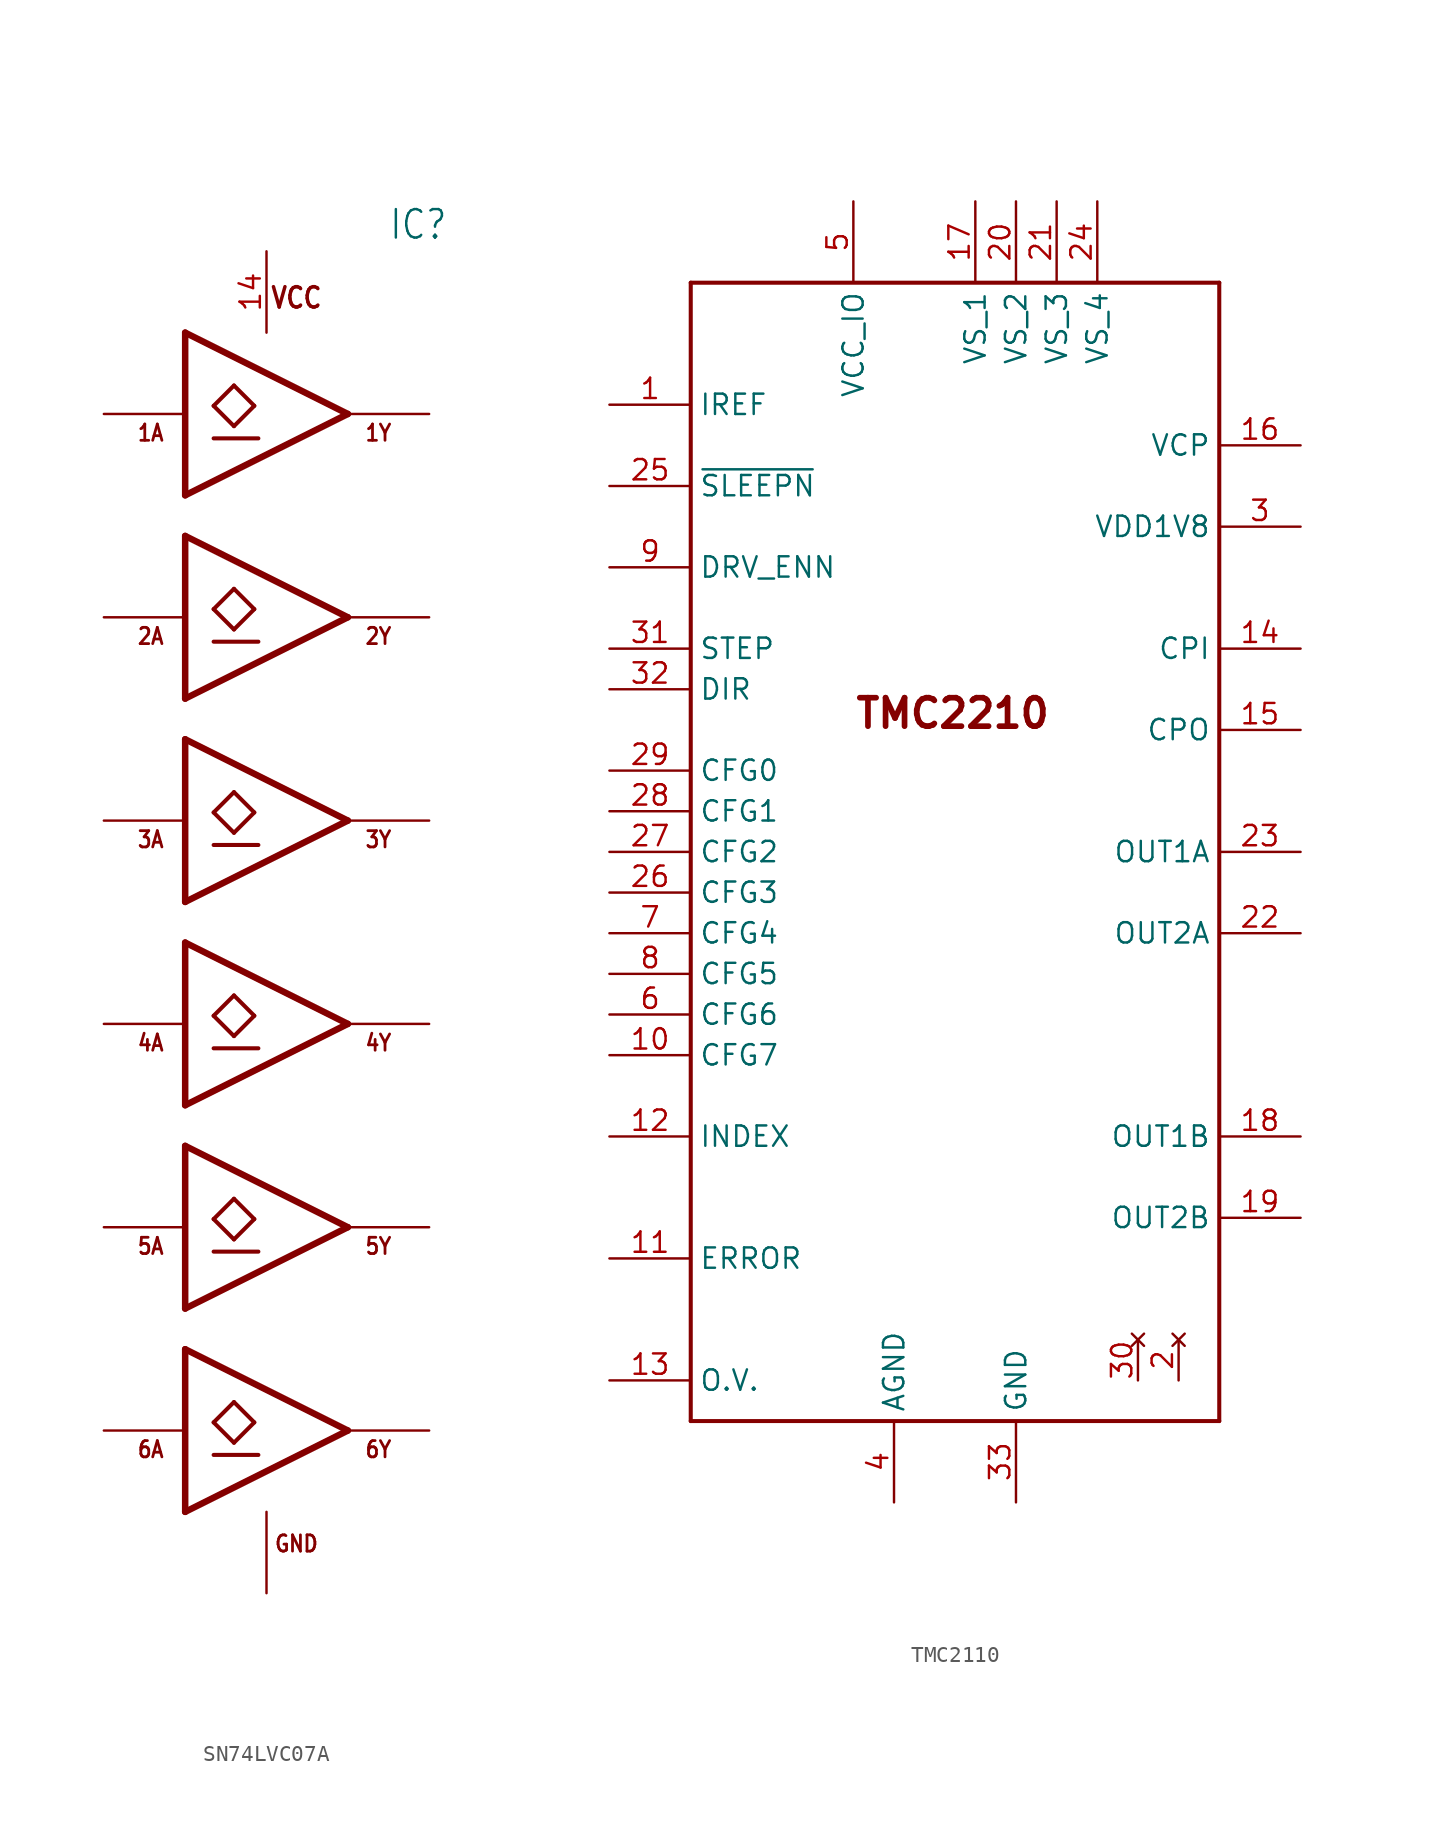
<source format=kicad_sym>
(kicad_symbol_lib
  (version 20220914)
  (generator kicad_symbol_editor)
  (symbol "SN74LVC07A"
    (property "Reference" "IC"
      (at 7.62 41.275 0)
      (effects (font (size 1.778 1.511)) (justify left bottom)))
    (property "Value" ""
      (at 7.62 38.1 0)
      (effects (font (size 1.778 1.511)) (justify left bottom)))
    (property "ki_locked" ""
      (at 0 0 0)
      (effects (font (size 1.27 1.27))))
    (symbol "SN74LVC07A_1_0"
      (polyline (pts (xy -5.08 -38.1) (xy -5.08 -27.94)) (stroke (width 0.406) (type solid)) (fill (type none)))
      (polyline (pts (xy -5.08 -25.4) (xy -5.08 -15.24)) (stroke (width 0.406) (type solid)) (fill (type none)))
      (polyline (pts (xy -5.08 -12.7) (xy -5.08 -2.54)) (stroke (width 0.406) (type solid)) (fill (type none)))
      (polyline (pts (xy -5.08 0) (xy -5.08 10.16)) (stroke (width 0.406) (type solid)) (fill (type none)))
      (polyline (pts (xy -5.08 12.7) (xy -5.08 22.86)) (stroke (width 0.406) (type solid)) (fill (type none)))
      (polyline (pts (xy -5.08 25.4) (xy -5.08 35.56)) (stroke (width 0.406) (type solid)) (fill (type none)))
      (polyline (pts (xy -3.302 -34.544) (xy -0.508 -34.544)) (stroke (width 0.254) (type solid)) (fill (type none)))
      (polyline (pts (xy -3.302 -32.512) (xy -2.032 -33.782)) (stroke (width 0.254) (type solid)) (fill (type none)))
      (polyline (pts (xy -3.302 -21.844) (xy -0.508 -21.844)) (stroke (width 0.254) (type solid)) (fill (type none)))
      (polyline (pts (xy -3.302 -19.812) (xy -2.032 -21.082)) (stroke (width 0.254) (type solid)) (fill (type none)))
      (polyline (pts (xy -3.302 -9.144) (xy -0.508 -9.144)) (stroke (width 0.254) (type solid)) (fill (type none)))
      (polyline (pts (xy -3.302 -7.112) (xy -2.032 -8.382)) (stroke (width 0.254) (type solid)) (fill (type none)))
      (polyline (pts (xy -3.302 3.556) (xy -0.508 3.556)) (stroke (width 0.254) (type solid)) (fill (type none)))
      (polyline (pts (xy -3.302 5.588) (xy -2.032 4.318)) (stroke (width 0.254) (type solid)) (fill (type none)))
      (polyline (pts (xy -3.302 16.256) (xy -0.508 16.256)) (stroke (width 0.254) (type solid)) (fill (type none)))
      (polyline (pts (xy -3.302 18.288) (xy -2.032 17.018)) (stroke (width 0.254) (type solid)) (fill (type none)))
      (polyline (pts (xy -3.302 28.956) (xy -0.508 28.956)) (stroke (width 0.254) (type solid)) (fill (type none)))
      (polyline (pts (xy -3.302 30.988) (xy -2.032 29.718)) (stroke (width 0.254) (type solid)) (fill (type none)))
      (polyline (pts (xy -2.032 -33.782) (xy -0.762 -32.512)) (stroke (width 0.254) (type solid)) (fill (type none)))
      (polyline (pts (xy -2.032 -31.242) (xy -3.302 -32.512)) (stroke (width 0.254) (type solid)) (fill (type none)))
      (polyline (pts (xy -2.032 -21.082) (xy -0.762 -19.812)) (stroke (width 0.254) (type solid)) (fill (type none)))
      (polyline (pts (xy -2.032 -18.542) (xy -3.302 -19.812)) (stroke (width 0.254) (type solid)) (fill (type none)))
      (polyline (pts (xy -2.032 -8.382) (xy -0.762 -7.112)) (stroke (width 0.254) (type solid)) (fill (type none)))
      (polyline (pts (xy -2.032 -5.842) (xy -3.302 -7.112)) (stroke (width 0.254) (type solid)) (fill (type none)))
      (polyline (pts (xy -2.032 4.318) (xy -0.762 5.588)) (stroke (width 0.254) (type solid)) (fill (type none)))
      (polyline (pts (xy -2.032 6.858) (xy -3.302 5.588)) (stroke (width 0.254) (type solid)) (fill (type none)))
      (polyline (pts (xy -2.032 17.018) (xy -0.762 18.288)) (stroke (width 0.254) (type solid)) (fill (type none)))
      (polyline (pts (xy -2.032 19.558) (xy -3.302 18.288)) (stroke (width 0.254) (type solid)) (fill (type none)))
      (polyline (pts (xy -2.032 29.718) (xy -0.762 30.988)) (stroke (width 0.254) (type solid)) (fill (type none)))
      (polyline (pts (xy -2.032 32.258) (xy -3.302 30.988)) (stroke (width 0.254) (type solid)) (fill (type none)))
      (polyline (pts (xy -0.762 -32.512) (xy -2.032 -31.242)) (stroke (width 0.254) (type solid)) (fill (type none)))
      (polyline (pts (xy -0.762 -19.812) (xy -2.032 -18.542)) (stroke (width 0.254) (type solid)) (fill (type none)))
      (polyline (pts (xy -0.762 -7.112) (xy -2.032 -5.842)) (stroke (width 0.254) (type solid)) (fill (type none)))
      (polyline (pts (xy -0.762 5.588) (xy -2.032 6.858)) (stroke (width 0.254) (type solid)) (fill (type none)))
      (polyline (pts (xy -0.762 18.288) (xy -2.032 19.558)) (stroke (width 0.254) (type solid)) (fill (type none)))
      (polyline (pts (xy -0.762 30.988) (xy -2.032 32.258)) (stroke (width 0.254) (type solid)) (fill (type none)))
      (polyline (pts (xy 5.08 -33.02) (xy -5.08 -38.1)) (stroke (width 0.406) (type solid)) (fill (type none)))
      (polyline (pts (xy 5.08 -33.02) (xy -5.08 -27.94)) (stroke (width 0.406) (type solid)) (fill (type none)))
      (polyline (pts (xy 5.08 -20.32) (xy -5.08 -25.4)) (stroke (width 0.406) (type solid)) (fill (type none)))
      (polyline (pts (xy 5.08 -20.32) (xy -5.08 -15.24)) (stroke (width 0.406) (type solid)) (fill (type none)))
      (polyline (pts (xy 5.08 -7.62) (xy -5.08 -12.7)) (stroke (width 0.406) (type solid)) (fill (type none)))
      (polyline (pts (xy 5.08 -7.62) (xy -5.08 -2.54)) (stroke (width 0.406) (type solid)) (fill (type none)))
      (polyline (pts (xy 5.08 5.08) (xy -5.08 0)) (stroke (width 0.406) (type solid)) (fill (type none)))
      (polyline (pts (xy 5.08 5.08) (xy -5.08 10.16)) (stroke (width 0.406) (type solid)) (fill (type none)))
      (polyline (pts (xy 5.08 17.78) (xy -5.08 12.7)) (stroke (width 0.406) (type solid)) (fill (type none)))
      (polyline (pts (xy 5.08 17.78) (xy -5.08 22.86)) (stroke (width 0.406) (type solid)) (fill (type none)))
      (polyline (pts (xy 5.08 30.48) (xy -5.08 25.4)) (stroke (width 0.406) (type solid)) (fill (type none)))
      (polyline (pts (xy 5.08 30.48) (xy -5.08 35.56)) (stroke (width 0.406) (type solid)) (fill (type none)))
      (text "1A" (at -8.128 28.702 0) (effects (font (size 1.016 0.864) (thickness 0.173) bold) (justify left bottom)))
      (text "1Y" (at 6.096 28.702 0) (effects (font (size 1.016 0.864) (thickness 0.173) bold) (justify left bottom)))
      (text "2A" (at -8.128 16.002 0) (effects (font (size 1.016 0.864) (thickness 0.173) bold) (justify left bottom)))
      (text "2Y" (at 6.096 16.002 0) (effects (font (size 1.016 0.864) (thickness 0.173) bold) (justify left bottom)))
      (text "3A" (at -8.128 3.302 0) (effects (font (size 1.016 0.864) (thickness 0.173) bold) (justify left bottom)))
      (text "3Y" (at 6.096 3.302 0) (effects (font (size 1.016 0.864) (thickness 0.173) bold) (justify left bottom)))
      (text "4A" (at -8.128 -9.398 0) (effects (font (size 1.016 0.864) (thickness 0.173) bold) (justify left bottom)))
      (text "4Y" (at 6.096 -9.398 0) (effects (font (size 1.016 0.864) (thickness 0.173) bold) (justify left bottom)))
      (text "5A" (at -8.128 -22.098 0) (effects (font (size 1.016 0.864) (thickness 0.173) bold) (justify left bottom)))
      (text "5Y" (at 6.096 -22.098 0) (effects (font (size 1.016 0.864) (thickness 0.173) bold) (justify left bottom)))
      (text "6A" (at -8.128 -34.798 0) (effects (font (size 1.016 0.864) (thickness 0.173) bold) (justify left bottom)))
      (text "6Y" (at 6.096 -34.798 0) (effects (font (size 1.016 0.864) (thickness 0.173) bold) (justify left bottom)))
      (text "GND" (at 3.302 -39.497 0) (effects (font (size 1.016 0.864) (thickness 0.173) bold) (justify right top)))
      (text "VCC" (at 3.556 38.481 0) (effects (font (size 1.27 1.079) (thickness 0.216) bold) (justify right top)))
      (pin passive line (at -10.16 30.48 0) (length 5.08) (name "1A" (effects (font (size 0 0)))) (number "1" (effects (font (size 0 0)))))
      (pin passive line (at 10.16 -20.32 180) (length 5.08) (name "5Y" (effects (font (size 0 0)))) (number "10" (effects (font (size 0 0)))))
      (pin passive line (at -10.16 -20.32 0) (length 5.08) (name "5A" (effects (font (size 0 0)))) (number "11" (effects (font (size 0 0)))))
      (pin passive line (at 10.16 -33.02 180) (length 5.08) (name "6Y" (effects (font (size 0 0)))) (number "12" (effects (font (size 0 0)))))
      (pin passive line (at -10.16 -33.02 0) (length 5.08) (name "6A" (effects (font (size 0 0)))) (number "13" (effects (font (size 0 0)))))
      (pin power_in line (at 0 40.64 270) (length 5.08) (name "VCC" (effects (font (size 0 0)))) (number "14" (effects (font (size 1.27 1.27)))))
      (pin passive line (at 10.16 30.48 180) (length 5.08) (name "1Y" (effects (font (size 0 0)))) (number "2" (effects (font (size 0 0)))))
      (pin passive line (at -10.16 17.78 0) (length 5.08) (name "2A" (effects (font (size 0 0)))) (number "3" (effects (font (size 0 0)))))
      (pin passive line (at 10.16 17.78 180) (length 5.08) (name "2Y" (effects (font (size 0 0)))) (number "4" (effects (font (size 0 0)))))
      (pin passive line (at -10.16 5.08 0) (length 5.08) (name "3A" (effects (font (size 0 0)))) (number "5" (effects (font (size 0 0)))))
      (pin passive line (at 10.16 5.08 180) (length 5.08) (name "3Y" (effects (font (size 0 0)))) (number "6" (effects (font (size 0 0)))))
      (pin power_in line (at 0 -43.18 90) (length 5.08) (name "GND" (effects (font (size 0 0)))) (number "7" (effects (font (size 0 0)))))
      (pin passive line (at 10.16 -7.62 180) (length 5.08) (name "4Y" (effects (font (size 0 0)))) (number "8" (effects (font (size 0 0)))))
      (pin passive line (at -10.16 -7.62 0) (length 5.08) (name "4A" (effects (font (size 0 0)))) (number "9" (effects (font (size 0 0)))))))
  (symbol "TMC2110"
    (property "Reference" "U"
      (at -20.32 40.64 0)
      (effects (font (size 1.778 1.511)) (justify left bottom) hide))
    (symbol "TMC2110_1_0"
      (polyline (pts (xy -17.78 -35.56) (xy -17.78 35.56)) (stroke (width 0.254) (type solid)) (fill (type none)))
      (polyline (pts (xy -17.78 35.56) (xy 15.24 35.56)) (stroke (width 0.254) (type solid)) (fill (type none)))
      (polyline (pts (xy 15.24 -35.56) (xy -17.78 -35.56)) (stroke (width 0.254) (type solid)) (fill (type none)))
      (polyline (pts (xy 15.24 35.56) (xy 15.24 -35.56)) (stroke (width 0.254) (type solid)) (fill (type none)))
      (text "TMC2210" (at -7.62 7.62 0) (effects (font (size 1.778 1.778) (thickness 0.356) bold) (justify left bottom)))
      (pin bidirectional line (at -22.86 27.94 0) (length 5.08) (name "IREF" (effects (font (size 1.27 1.27)))) (number "1" (effects (font (size 1.27 1.27)))))
      (pin bidirectional line (at -22.86 -12.7 0) (length 5.08) (name "CFG7" (effects (font (size 1.27 1.27)))) (number "10" (effects (font (size 1.27 1.27)))))
      (pin bidirectional line (at -22.86 -25.4 0) (length 5.08) (name "ERROR" (effects (font (size 1.27 1.27)))) (number "11" (effects (font (size 1.27 1.27)))))
      (pin bidirectional line (at -22.86 -17.78 0) (length 5.08) (name "INDEX" (effects (font (size 1.27 1.27)))) (number "12" (effects (font (size 1.27 1.27)))))
      (pin bidirectional line (at -22.86 -33.02 0) (length 5.08) (name "O.V." (effects (font (size 1.27 1.27)))) (number "13" (effects (font (size 1.27 1.27)))))
      (pin bidirectional line (at 20.32 12.7 180) (length 5.08) (name "CPI" (effects (font (size 1.27 1.27)))) (number "14" (effects (font (size 1.27 1.27)))))
      (pin bidirectional line (at 20.32 7.62 180) (length 5.08) (name "CPO" (effects (font (size 1.27 1.27)))) (number "15" (effects (font (size 1.27 1.27)))))
      (pin bidirectional line (at 20.32 25.4 180) (length 5.08) (name "VCP" (effects (font (size 1.27 1.27)))) (number "16" (effects (font (size 1.27 1.27)))))
      (pin bidirectional line (at 0 40.64 270) (length 5.08) (name "VS_1" (effects (font (size 1.27 1.27)))) (number "17" (effects (font (size 1.27 1.27)))))
      (pin bidirectional line (at 20.32 -17.78 180) (length 5.08) (name "OUT1B" (effects (font (size 1.27 1.27)))) (number "18" (effects (font (size 1.27 1.27)))))
      (pin bidirectional line (at 20.32 -22.86 180) (length 5.08) (name "OUT2B" (effects (font (size 1.27 1.27)))) (number "19" (effects (font (size 1.27 1.27)))))
      (pin no_connect line (at 12.7 -30.48 270) (length 2.54) (name "N.C_1" (effects (font (size 0 0)))) (number "2" (effects (font (size 1.27 1.27)))))
      (pin bidirectional line (at 2.54 40.64 270) (length 5.08) (name "VS_2" (effects (font (size 1.27 1.27)))) (number "20" (effects (font (size 1.27 1.27)))))
      (pin bidirectional line (at 5.08 40.64 270) (length 5.08) (name "VS_3" (effects (font (size 1.27 1.27)))) (number "21" (effects (font (size 1.27 1.27)))))
      (pin bidirectional line (at 20.32 -5.08 180) (length 5.08) (name "OUT2A" (effects (font (size 1.27 1.27)))) (number "22" (effects (font (size 1.27 1.27)))))
      (pin bidirectional line (at 20.32 0 180) (length 5.08) (name "OUT1A" (effects (font (size 1.27 1.27)))) (number "23" (effects (font (size 1.27 1.27)))))
      (pin bidirectional line (at 7.62 40.64 270) (length 5.08) (name "VS_4" (effects (font (size 1.27 1.27)))) (number "24" (effects (font (size 1.27 1.27)))))
      (pin bidirectional line (at -22.86 22.86 0) (length 5.08) (name "~{SLEEPN}" (effects (font (size 1.27 1.27)))) (number "25" (effects (font (size 1.27 1.27)))))
      (pin bidirectional line (at -22.86 -2.54 0) (length 5.08) (name "CFG3" (effects (font (size 1.27 1.27)))) (number "26" (effects (font (size 1.27 1.27)))))
      (pin bidirectional line (at -22.86 0 0) (length 5.08) (name "CFG2" (effects (font (size 1.27 1.27)))) (number "27" (effects (font (size 1.27 1.27)))))
      (pin bidirectional line (at -22.86 2.54 0) (length 5.08) (name "CFG1" (effects (font (size 1.27 1.27)))) (number "28" (effects (font (size 1.27 1.27)))))
      (pin bidirectional line (at -22.86 5.08 0) (length 5.08) (name "CFG0" (effects (font (size 1.27 1.27)))) (number "29" (effects (font (size 1.27 1.27)))))
      (pin bidirectional line (at 20.32 20.32 180) (length 5.08) (name "VDD1V8" (effects (font (size 1.27 1.27)))) (number "3" (effects (font (size 1.27 1.27)))))
      (pin no_connect line (at 10.16 -30.48 270) (length 2.54) (name "N.C._2" (effects (font (size 0 0)))) (number "30" (effects (font (size 1.27 1.27)))))
      (pin bidirectional line (at -22.86 12.7 0) (length 5.08) (name "STEP" (effects (font (size 1.27 1.27)))) (number "31" (effects (font (size 1.27 1.27)))))
      (pin bidirectional line (at -22.86 10.16 0) (length 5.08) (name "DIR" (effects (font (size 1.27 1.27)))) (number "32" (effects (font (size 1.27 1.27)))))
      (pin bidirectional line (at 2.54 -40.64 90) (length 5.08) (name "GND" (effects (font (size 1.27 1.27)))) (number "33" (effects (font (size 1.27 1.27)))))
      (pin bidirectional line (at -5.08 -40.64 90) (length 5.08) (name "AGND" (effects (font (size 1.27 1.27)))) (number "4" (effects (font (size 1.27 1.27)))))
      (pin bidirectional line (at -7.62 40.64 270) (length 5.08) (name "VCC_IO" (effects (font (size 1.27 1.27)))) (number "5" (effects (font (size 1.27 1.27)))))
      (pin bidirectional line (at -22.86 -10.16 0) (length 5.08) (name "CFG6" (effects (font (size 1.27 1.27)))) (number "6" (effects (font (size 1.27 1.27)))))
      (pin bidirectional line (at -22.86 -5.08 0) (length 5.08) (name "CFG4" (effects (font (size 1.27 1.27)))) (number "7" (effects (font (size 1.27 1.27)))))
      (pin bidirectional line (at -22.86 -7.62 0) (length 5.08) (name "CFG5" (effects (font (size 1.27 1.27)))) (number "8" (effects (font (size 1.27 1.27)))))
      (pin bidirectional line (at -22.86 17.78 0) (length 5.08) (name "DRV_ENN" (effects (font (size 1.27 1.27)))) (number "9" (effects (font (size 1.27 1.27))))))))
</source>
